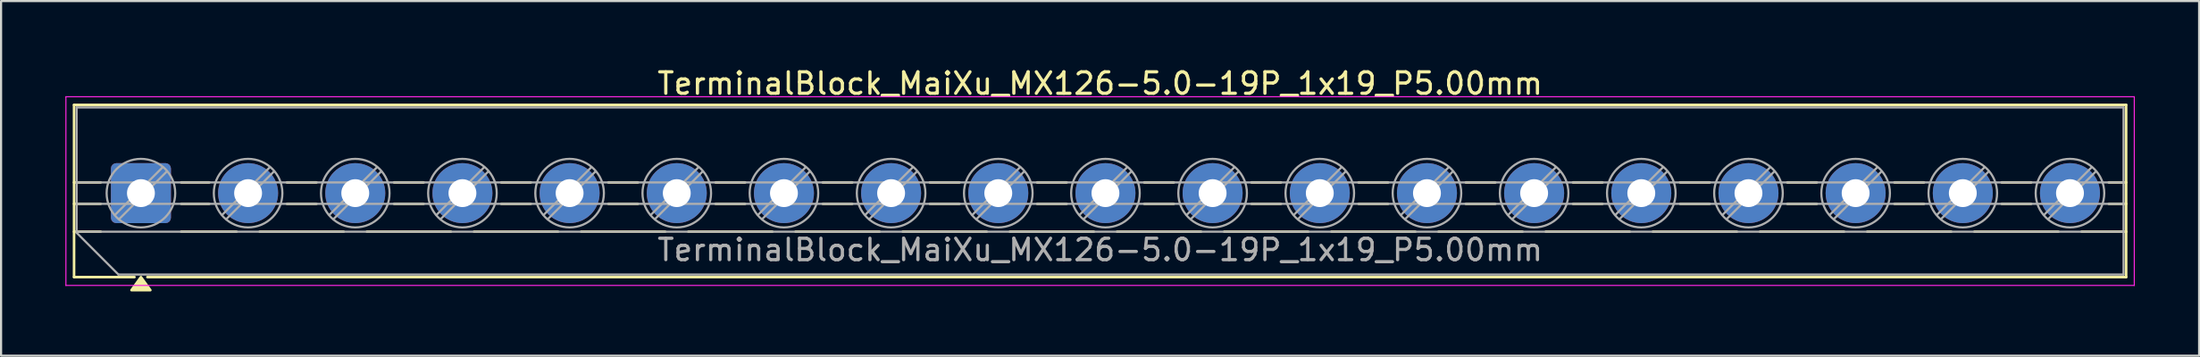
<source format=kicad_pcb>
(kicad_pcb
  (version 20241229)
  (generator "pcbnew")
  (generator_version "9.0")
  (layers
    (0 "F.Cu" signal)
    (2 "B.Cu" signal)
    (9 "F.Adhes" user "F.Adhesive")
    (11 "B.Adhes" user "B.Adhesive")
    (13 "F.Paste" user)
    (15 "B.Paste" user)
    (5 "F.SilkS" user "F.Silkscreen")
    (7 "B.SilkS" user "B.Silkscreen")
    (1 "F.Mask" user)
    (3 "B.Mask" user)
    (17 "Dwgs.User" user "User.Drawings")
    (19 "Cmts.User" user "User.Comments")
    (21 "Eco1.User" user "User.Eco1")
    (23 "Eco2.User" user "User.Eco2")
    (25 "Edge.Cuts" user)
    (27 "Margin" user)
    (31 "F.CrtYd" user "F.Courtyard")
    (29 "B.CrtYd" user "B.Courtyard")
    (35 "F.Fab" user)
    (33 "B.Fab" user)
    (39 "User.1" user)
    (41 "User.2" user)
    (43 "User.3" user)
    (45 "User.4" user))
  (footprint "TerminalBlock_MaiXu_MX126-5.0-19P_1x19_P5.00mm"
    (layer "F.Cu")
    (at 3.525 5.968)
    (property "Reference" "TerminalBlock_MaiXu_MX126-5.0-19P_1x19_P5.00mm" (at 44.75 -5.12 0) (layer "F.SilkS") (effects (font (size 1 1) (thickness 0.15))))
    (attr through_hole)
    (fp_line (start -3.12 -4.12) (end 92.62 -4.12) (stroke (width 0.12) (type solid)) (layer "F.SilkS"))
    (fp_line (start -3.12 -0.5) (end -1.88 -0.5) (stroke (width 0.12) (type solid)) (layer "F.SilkS"))
    (fp_line (start -3.12 0.5) (end -1.88 0.5) (stroke (width 0.12) (type solid)) (layer "F.SilkS"))
    (fp_line (start -3.12 1.8) (end -1.88 1.8) (stroke (width 0.12) (type solid)) (layer "F.SilkS"))
    (fp_line (start -3.12 3.92) (end -3.12 -4.12) (stroke (width 0.12) (type solid)) (layer "F.SilkS"))
    (fp_line (start -0.3 3.92) (end -3.12 3.92) (stroke (width 0.12) (type solid)) (layer "F.SilkS"))
    (fp_line (start 1.88 -0.5) (end 3.188 -0.5) (stroke (width 0.12) (type solid)) (layer "F.SilkS"))
    (fp_line (start 1.88 0.5) (end 3.188 0.5) (stroke (width 0.12) (type solid)) (layer "F.SilkS"))
    (fp_line (start 1.88 1.8) (end 4.457 1.8) (stroke (width 0.12) (type solid)) (layer "F.SilkS"))
    (fp_line (start 5.543 1.8) (end 9.457 1.8) (stroke (width 0.12) (type solid)) (layer "F.SilkS"))
    (fp_line (start 6.812 -0.5) (end 8.188 -0.5) (stroke (width 0.12) (type solid)) (layer "F.SilkS"))
    (fp_line (start 6.812 0.5) (end 8.188 0.5) (stroke (width 0.12) (type solid)) (layer "F.SilkS"))
    (fp_line (start 10.543 1.8) (end 14.457 1.8) (stroke (width 0.12) (type solid)) (layer "F.SilkS"))
    (fp_line (start 11.812 -0.5) (end 13.188 -0.5) (stroke (width 0.12) (type solid)) (layer "F.SilkS"))
    (fp_line (start 11.812 0.5) (end 13.188 0.5) (stroke (width 0.12) (type solid)) (layer "F.SilkS"))
    (fp_line (start 15.543 1.8) (end 19.457 1.8) (stroke (width 0.12) (type solid)) (layer "F.SilkS"))
    (fp_line (start 16.812 -0.5) (end 18.188 -0.5) (stroke (width 0.12) (type solid)) (layer "F.SilkS"))
    (fp_line (start 16.812 0.5) (end 18.188 0.5) (stroke (width 0.12) (type solid)) (layer "F.SilkS"))
    (fp_line (start 20.543 1.8) (end 24.457 1.8) (stroke (width 0.12) (type solid)) (layer "F.SilkS"))
    (fp_line (start 21.812 -0.5) (end 23.188 -0.5) (stroke (width 0.12) (type solid)) (layer "F.SilkS"))
    (fp_line (start 21.812 0.5) (end 23.188 0.5) (stroke (width 0.12) (type solid)) (layer "F.SilkS"))
    (fp_line (start 25.543 1.8) (end 29.457 1.8) (stroke (width 0.12) (type solid)) (layer "F.SilkS"))
    (fp_line (start 26.812 -0.5) (end 28.188 -0.5) (stroke (width 0.12) (type solid)) (layer "F.SilkS"))
    (fp_line (start 26.812 0.5) (end 28.188 0.5) (stroke (width 0.12) (type solid)) (layer "F.SilkS"))
    (fp_line (start 30.543 1.8) (end 34.457 1.8) (stroke (width 0.12) (type solid)) (layer "F.SilkS"))
    (fp_line (start 31.812 -0.5) (end 33.188 -0.5) (stroke (width 0.12) (type solid)) (layer "F.SilkS"))
    (fp_line (start 31.812 0.5) (end 33.188 0.5) (stroke (width 0.12) (type solid)) (layer "F.SilkS"))
    (fp_line (start 35.543 1.8) (end 39.457 1.8) (stroke (width 0.12) (type solid)) (layer "F.SilkS"))
    (fp_line (start 36.812 -0.5) (end 38.188 -0.5) (stroke (width 0.12) (type solid)) (layer "F.SilkS"))
    (fp_line (start 36.812 0.5) (end 38.188 0.5) (stroke (width 0.12) (type solid)) (layer "F.SilkS"))
    (fp_line (start 40.543 1.8) (end 44.457 1.8) (stroke (width 0.12) (type solid)) (layer "F.SilkS"))
    (fp_line (start 41.812 -0.5) (end 43.188 -0.5) (stroke (width 0.12) (type solid)) (layer "F.SilkS"))
    (fp_line (start 41.812 0.5) (end 43.188 0.5) (stroke (width 0.12) (type solid)) (layer "F.SilkS"))
    (fp_line (start 45.543 1.8) (end 49.457 1.8) (stroke (width 0.12) (type solid)) (layer "F.SilkS"))
    (fp_line (start 46.812 -0.5) (end 48.188 -0.5) (stroke (width 0.12) (type solid)) (layer "F.SilkS"))
    (fp_line (start 46.812 0.5) (end 48.188 0.5) (stroke (width 0.12) (type solid)) (layer "F.SilkS"))
    (fp_line (start 50.543 1.8) (end 54.457 1.8) (stroke (width 0.12) (type solid)) (layer "F.SilkS"))
    (fp_line (start 51.812 -0.5) (end 53.188 -0.5) (stroke (width 0.12) (type solid)) (layer "F.SilkS"))
    (fp_line (start 51.812 0.5) (end 53.188 0.5) (stroke (width 0.12) (type solid)) (layer "F.SilkS"))
    (fp_line (start 55.543 1.8) (end 59.457 1.8) (stroke (width 0.12) (type solid)) (layer "F.SilkS"))
    (fp_line (start 56.812 -0.5) (end 58.188 -0.5) (stroke (width 0.12) (type solid)) (layer "F.SilkS"))
    (fp_line (start 56.812 0.5) (end 58.188 0.5) (stroke (width 0.12) (type solid)) (layer "F.SilkS"))
    (fp_line (start 60.543 1.8) (end 64.457 1.8) (stroke (width 0.12) (type solid)) (layer "F.SilkS"))
    (fp_line (start 61.812 -0.5) (end 63.188 -0.5) (stroke (width 0.12) (type solid)) (layer "F.SilkS"))
    (fp_line (start 61.812 0.5) (end 63.188 0.5) (stroke (width 0.12) (type solid)) (layer "F.SilkS"))
    (fp_line (start 65.543 1.8) (end 69.457 1.8) (stroke (width 0.12) (type solid)) (layer "F.SilkS"))
    (fp_line (start 66.812 -0.5) (end 68.188 -0.5) (stroke (width 0.12) (type solid)) (layer "F.SilkS"))
    (fp_line (start 66.812 0.5) (end 68.188 0.5) (stroke (width 0.12) (type solid)) (layer "F.SilkS"))
    (fp_line (start 70.543 1.8) (end 74.457 1.8) (stroke (width 0.12) (type solid)) (layer "F.SilkS"))
    (fp_line (start 71.812 -0.5) (end 73.188 -0.5) (stroke (width 0.12) (type solid)) (layer "F.SilkS"))
    (fp_line (start 71.812 0.5) (end 73.188 0.5) (stroke (width 0.12) (type solid)) (layer "F.SilkS"))
    (fp_line (start 75.543 1.8) (end 79.457 1.8) (stroke (width 0.12) (type solid)) (layer "F.SilkS"))
    (fp_line (start 76.812 -0.5) (end 78.188 -0.5) (stroke (width 0.12) (type solid)) (layer "F.SilkS"))
    (fp_line (start 76.812 0.5) (end 78.188 0.5) (stroke (width 0.12) (type solid)) (layer "F.SilkS"))
    (fp_line (start 80.543 1.8) (end 84.457 1.8) (stroke (width 0.12) (type solid)) (layer "F.SilkS"))
    (fp_line (start 81.812 -0.5) (end 83.188 -0.5) (stroke (width 0.12) (type solid)) (layer "F.SilkS"))
    (fp_line (start 81.812 0.5) (end 83.188 0.5) (stroke (width 0.12) (type solid)) (layer "F.SilkS"))
    (fp_line (start 85.543 1.8) (end 89.457 1.8) (stroke (width 0.12) (type solid)) (layer "F.SilkS"))
    (fp_line (start 86.812 -0.5) (end 88.188 -0.5) (stroke (width 0.12) (type solid)) (layer "F.SilkS"))
    (fp_line (start 86.812 0.5) (end 88.188 0.5) (stroke (width 0.12) (type solid)) (layer "F.SilkS"))
    (fp_line (start 90.543 1.8) (end 92.62 1.8) (stroke (width 0.12) (type solid)) (layer "F.SilkS"))
    (fp_line (start 91.812 -0.5) (end 92.62 -0.5) (stroke (width 0.12) (type solid)) (layer "F.SilkS"))
    (fp_line (start 91.812 0.5) (end 92.62 0.5) (stroke (width 0.12) (type solid)) (layer "F.SilkS"))
    (fp_line (start 92.62 -4.12) (end 92.62 3.92) (stroke (width 0.12) (type solid)) (layer "F.SilkS"))
    (fp_line (start 92.62 3.92) (end 0.3 3.92) (stroke (width 0.12) (type solid)) (layer "F.SilkS"))
    (fp_poly (pts (xy 0 3.92) (xy 0.44 4.53) (xy -0.44 4.53)) (stroke (width 0.12) (type solid)) (fill yes) (layer "F.SilkS"))
    (fp_line (start -3.5 -4.5) (end -3.5 4.31) (stroke (width 0.05) (type solid)) (layer "F.CrtYd"))
    (fp_line (start -3.5 4.31) (end 93 4.31) (stroke (width 0.05) (type solid)) (layer "F.CrtYd"))
    (fp_line (start 93 -4.5) (end -3.5 -4.5) (stroke (width 0.05) (type solid)) (layer "F.CrtYd"))
    (fp_line (start 93 4.31) (end 93 -4.5) (stroke (width 0.05) (type solid)) (layer "F.CrtYd"))
    (fp_line (start -3 -4) (end 92.5 -4) (stroke (width 0.1) (type solid)) (layer "F.Fab"))
    (fp_line (start -3 -0.5) (end 92.5 -0.5) (stroke (width 0.1) (type solid)) (layer "F.Fab"))
    (fp_line (start -3 0.5) (end 92.5 0.5) (stroke (width 0.1) (type solid)) (layer "F.Fab"))
    (fp_line (start -3 1.8) (end 92.5 1.8) (stroke (width 0.1) (type solid)) (layer "F.Fab"))
    (fp_line (start -3 1.85) (end -3 -4) (stroke (width 0.1) (type solid)) (layer "F.Fab"))
    (fp_line (start -1.05 3.8) (end -3 1.85) (stroke (width 0.1) (type solid)) (layer "F.Fab"))
    (fp_line (start 1.018 -1.213) (end -1.213 1.018) (stroke (width 0.1) (type solid)) (layer "F.Fab"))
    (fp_line (start 1.213 -1.018) (end -1.018 1.213) (stroke (width 0.1) (type solid)) (layer "F.Fab"))
    (fp_line (start 6.018 -1.213) (end 3.787 1.018) (stroke (width 0.1) (type solid)) (layer "F.Fab"))
    (fp_line (start 6.213 -1.018) (end 3.982 1.213) (stroke (width 0.1) (type solid)) (layer "F.Fab"))
    (fp_line (start 11.018 -1.213) (end 8.787 1.018) (stroke (width 0.1) (type solid)) (layer "F.Fab"))
    (fp_line (start 11.213 -1.018) (end 8.982 1.213) (stroke (width 0.1) (type solid)) (layer "F.Fab"))
    (fp_line (start 16.018 -1.213) (end 13.787 1.018) (stroke (width 0.1) (type solid)) (layer "F.Fab"))
    (fp_line (start 16.213 -1.018) (end 13.982 1.213) (stroke (width 0.1) (type solid)) (layer "F.Fab"))
    (fp_line (start 21.018 -1.213) (end 18.787 1.018) (stroke (width 0.1) (type solid)) (layer "F.Fab"))
    (fp_line (start 21.213 -1.018) (end 18.982 1.213) (stroke (width 0.1) (type solid)) (layer "F.Fab"))
    (fp_line (start 26.018 -1.213) (end 23.787 1.018) (stroke (width 0.1) (type solid)) (layer "F.Fab"))
    (fp_line (start 26.213 -1.018) (end 23.982 1.213) (stroke (width 0.1) (type solid)) (layer "F.Fab"))
    (fp_line (start 31.018 -1.213) (end 28.787 1.018) (stroke (width 0.1) (type solid)) (layer "F.Fab"))
    (fp_line (start 31.213 -1.018) (end 28.982 1.213) (stroke (width 0.1) (type solid)) (layer "F.Fab"))
    (fp_line (start 36.018 -1.213) (end 33.787 1.018) (stroke (width 0.1) (type solid)) (layer "F.Fab"))
    (fp_line (start 36.213 -1.018) (end 33.982 1.213) (stroke (width 0.1) (type solid)) (layer "F.Fab"))
    (fp_line (start 41.018 -1.213) (end 38.787 1.018) (stroke (width 0.1) (type solid)) (layer "F.Fab"))
    (fp_line (start 41.213 -1.018) (end 38.982 1.213) (stroke (width 0.1) (type solid)) (layer "F.Fab"))
    (fp_line (start 46.018 -1.213) (end 43.787 1.018) (stroke (width 0.1) (type solid)) (layer "F.Fab"))
    (fp_line (start 46.213 -1.018) (end 43.982 1.213) (stroke (width 0.1) (type solid)) (layer "F.Fab"))
    (fp_line (start 51.018 -1.213) (end 48.787 1.018) (stroke (width 0.1) (type solid)) (layer "F.Fab"))
    (fp_line (start 51.213 -1.018) (end 48.982 1.213) (stroke (width 0.1) (type solid)) (layer "F.Fab"))
    (fp_line (start 56.018 -1.213) (end 53.787 1.018) (stroke (width 0.1) (type solid)) (layer "F.Fab"))
    (fp_line (start 56.213 -1.018) (end 53.982 1.213) (stroke (width 0.1) (type solid)) (layer "F.Fab"))
    (fp_line (start 61.018 -1.213) (end 58.787 1.018) (stroke (width 0.1) (type solid)) (layer "F.Fab"))
    (fp_line (start 61.213 -1.018) (end 58.982 1.213) (stroke (width 0.1) (type solid)) (layer "F.Fab"))
    (fp_line (start 66.018 -1.213) (end 63.787 1.018) (stroke (width 0.1) (type solid)) (layer "F.Fab"))
    (fp_line (start 66.213 -1.018) (end 63.982 1.213) (stroke (width 0.1) (type solid)) (layer "F.Fab"))
    (fp_line (start 71.018 -1.213) (end 68.787 1.018) (stroke (width 0.1) (type solid)) (layer "F.Fab"))
    (fp_line (start 71.213 -1.018) (end 68.982 1.213) (stroke (width 0.1) (type solid)) (layer "F.Fab"))
    (fp_line (start 76.018 -1.213) (end 73.787 1.018) (stroke (width 0.1) (type solid)) (layer "F.Fab"))
    (fp_line (start 76.213 -1.018) (end 73.982 1.213) (stroke (width 0.1) (type solid)) (layer "F.Fab"))
    (fp_line (start 81.018 -1.213) (end 78.787 1.018) (stroke (width 0.1) (type solid)) (layer "F.Fab"))
    (fp_line (start 81.213 -1.018) (end 78.982 1.213) (stroke (width 0.1) (type solid)) (layer "F.Fab"))
    (fp_line (start 86.018 -1.213) (end 83.787 1.018) (stroke (width 0.1) (type solid)) (layer "F.Fab"))
    (fp_line (start 86.213 -1.018) (end 83.982 1.213) (stroke (width 0.1) (type solid)) (layer "F.Fab"))
    (fp_line (start 91.018 -1.213) (end 88.787 1.018) (stroke (width 0.1) (type solid)) (layer "F.Fab"))
    (fp_line (start 91.213 -1.018) (end 88.982 1.213) (stroke (width 0.1) (type solid)) (layer "F.Fab"))
    (fp_line (start 92.5 -4) (end 92.5 3.8) (stroke (width 0.1) (type solid)) (layer "F.Fab"))
    (fp_line (start 92.5 3.8) (end -1.05 3.8) (stroke (width 0.1) (type solid)) (layer "F.Fab"))
    (fp_circle (center 0 0) (end 1.6 0) (stroke (width 0.1) (type solid)) (fill no) (layer "F.Fab"))
    (fp_circle (center 5 0) (end 6.6 0) (stroke (width 0.1) (type solid)) (fill no) (layer "F.Fab"))
    (fp_circle (center 10 0) (end 11.6 0) (stroke (width 0.1) (type solid)) (fill no) (layer "F.Fab"))
    (fp_circle (center 15 0) (end 16.6 0) (stroke (width 0.1) (type solid)) (fill no) (layer "F.Fab"))
    (fp_circle (center 20 0) (end 21.6 0) (stroke (width 0.1) (type solid)) (fill no) (layer "F.Fab"))
    (fp_circle (center 25 0) (end 26.6 0) (stroke (width 0.1) (type solid)) (fill no) (layer "F.Fab"))
    (fp_circle (center 30 0) (end 31.6 0) (stroke (width 0.1) (type solid)) (fill no) (layer "F.Fab"))
    (fp_circle (center 35 0) (end 36.6 0) (stroke (width 0.1) (type solid)) (fill no) (layer "F.Fab"))
    (fp_circle (center 40 0) (end 41.6 0) (stroke (width 0.1) (type solid)) (fill no) (layer "F.Fab"))
    (fp_circle (center 45 0) (end 46.6 0) (stroke (width 0.1) (type solid)) (fill no) (layer "F.Fab"))
    (fp_circle (center 50 0) (end 51.6 0) (stroke (width 0.1) (type solid)) (fill no) (layer "F.Fab"))
    (fp_circle (center 55 0) (end 56.6 0) (stroke (width 0.1) (type solid)) (fill no) (layer "F.Fab"))
    (fp_circle (center 60 0) (end 61.6 0) (stroke (width 0.1) (type solid)) (fill no) (layer "F.Fab"))
    (fp_circle (center 65 0) (end 66.6 0) (stroke (width 0.1) (type solid)) (fill no) (layer "F.Fab"))
    (fp_circle (center 70 0) (end 71.6 0) (stroke (width 0.1) (type solid)) (fill no) (layer "F.Fab"))
    (fp_circle (center 75 0) (end 76.6 0) (stroke (width 0.1) (type solid)) (fill no) (layer "F.Fab"))
    (fp_circle (center 80 0) (end 81.6 0) (stroke (width 0.1) (type solid)) (fill no) (layer "F.Fab"))
    (fp_circle (center 85 0) (end 86.6 0) (stroke (width 0.1) (type solid)) (fill no) (layer "F.Fab"))
    (fp_circle (center 90 0) (end 91.6 0) (stroke (width 0.1) (type solid)) (fill no) (layer "F.Fab"))
    (fp_text user "${REFERENCE}" (at 44.75 2.65 0) (layer "F.Fab") (effects (font (size 1 1) (thickness 0.15))))
    (pad "1" thru_hole roundrect (at 0 0) (size 2.8 2.8) (drill 1.3) (layers "*.Cu" "*.Mask") (roundrect_rratio 0.089))
    (pad "2" thru_hole circle (at 5 0) (size 2.8 2.8) (drill 1.3) (layers "*.Cu" "*.Mask"))
    (pad "3" thru_hole circle (at 10 0) (size 2.8 2.8) (drill 1.3) (layers "*.Cu" "*.Mask"))
    (pad "4" thru_hole circle (at 15 0) (size 2.8 2.8) (drill 1.3) (layers "*.Cu" "*.Mask"))
    (pad "5" thru_hole circle (at 20 0) (size 2.8 2.8) (drill 1.3) (layers "*.Cu" "*.Mask"))
    (pad "6" thru_hole circle (at 25 0) (size 2.8 2.8) (drill 1.3) (layers "*.Cu" "*.Mask"))
    (pad "7" thru_hole circle (at 30 0) (size 2.8 2.8) (drill 1.3) (layers "*.Cu" "*.Mask"))
    (pad "8" thru_hole circle (at 35 0) (size 2.8 2.8) (drill 1.3) (layers "*.Cu" "*.Mask"))
    (pad "9" thru_hole circle (at 40 0) (size 2.8 2.8) (drill 1.3) (layers "*.Cu" "*.Mask"))
    (pad "10" thru_hole circle (at 45 0) (size 2.8 2.8) (drill 1.3) (layers "*.Cu" "*.Mask"))
    (pad "11" thru_hole circle (at 50 0) (size 2.8 2.8) (drill 1.3) (layers "*.Cu" "*.Mask"))
    (pad "12" thru_hole circle (at 55 0) (size 2.8 2.8) (drill 1.3) (layers "*.Cu" "*.Mask"))
    (pad "13" thru_hole circle (at 60 0) (size 2.8 2.8) (drill 1.3) (layers "*.Cu" "*.Mask"))
    (pad "14" thru_hole circle (at 65 0) (size 2.8 2.8) (drill 1.3) (layers "*.Cu" "*.Mask"))
    (pad "15" thru_hole circle (at 70 0) (size 2.8 2.8) (drill 1.3) (layers "*.Cu" "*.Mask"))
    (pad "16" thru_hole circle (at 75 0) (size 2.8 2.8) (drill 1.3) (layers "*.Cu" "*.Mask"))
    (pad "17" thru_hole circle (at 80 0) (size 2.8 2.8) (drill 1.3) (layers "*.Cu" "*.Mask"))
    (pad "18" thru_hole circle (at 85 0) (size 2.8 2.8) (drill 1.3) (layers "*.Cu" "*.Mask"))
    (pad "19" thru_hole circle (at 90 0) (size 2.8 2.8) (drill 1.3) (layers "*.Cu" "*.Mask")))
  (gr_rect
    (start -3 -3)
    (end 99.55 13.558)
    (stroke (width 0.1) (type default))
    (fill no)
    (layer "Edge.Cuts")))
</source>
